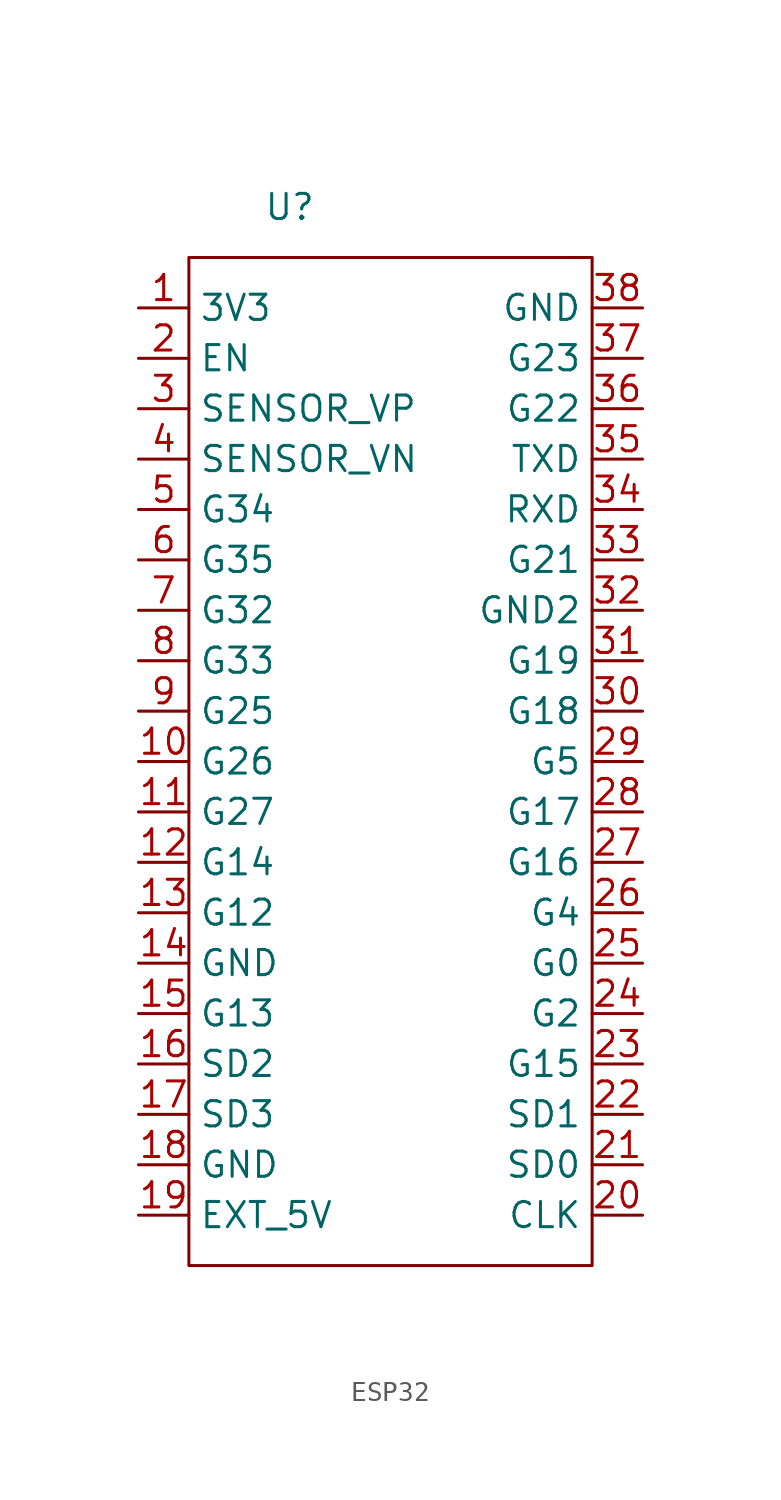
<source format=kicad_sym>
(kicad_symbol_lib
  (version 20231120)
  (generator "kicad_symbol_editor")
  (generator_version "8.0")
  (symbol "ESP32"
    (property "Reference" "U"
      (at -5.08 2.54 0)
      (effects (font (size 1.27 1.27))))
    (property "Value" ""
      (at 0 0 0)
      (effects (font (size 1.27 1.27))))
    (symbol "ESP32_0_1"
      (rectangle (start -10.16 0) (end 10.16 -50.8) (stroke (width 0) (type default)) (fill (type none))))
    (symbol "ESP32_1_1"
      (pin passive line (at -12.7 -2.54 0) (length 2.54) (name "3V3" (effects (font (size 1.27 1.27)))) (number "1" (effects (font (size 1.27 1.27)))))
      (pin passive line (at -12.7 -25.4 0) (length 2.54) (name "G26" (effects (font (size 1.27 1.27)))) (number "10" (effects (font (size 1.27 1.27)))))
      (pin passive line (at -12.7 -27.94 0) (length 2.54) (name "G27" (effects (font (size 1.27 1.27)))) (number "11" (effects (font (size 1.27 1.27)))))
      (pin passive line (at -12.7 -30.48 0) (length 2.54) (name "G14" (effects (font (size 1.27 1.27)))) (number "12" (effects (font (size 1.27 1.27)))))
      (pin passive line (at -12.7 -33.02 0) (length 2.54) (name "G12" (effects (font (size 1.27 1.27)))) (number "13" (effects (font (size 1.27 1.27)))))
      (pin passive line (at -12.7 -35.56 0) (length 2.54) (name "GND" (effects (font (size 1.27 1.27)))) (number "14" (effects (font (size 1.27 1.27)))))
      (pin passive line (at -12.7 -38.1 0) (length 2.54) (name "G13" (effects (font (size 1.27 1.27)))) (number "15" (effects (font (size 1.27 1.27)))))
      (pin passive line (at -12.7 -40.64 0) (length 2.54) (name "SD2" (effects (font (size 1.27 1.27)))) (number "16" (effects (font (size 1.27 1.27)))))
      (pin passive line (at -12.7 -43.18 0) (length 2.54) (name "SD3" (effects (font (size 1.27 1.27)))) (number "17" (effects (font (size 1.27 1.27)))))
      (pin passive line (at -12.7 -45.72 0) (length 2.54) (name "GND" (effects (font (size 1.27 1.27)))) (number "18" (effects (font (size 1.27 1.27)))))
      (pin passive line (at -12.7 -48.26 0) (length 2.54) (name "EXT_5V" (effects (font (size 1.27 1.27)))) (number "19" (effects (font (size 1.27 1.27)))))
      (pin passive line (at -12.7 -5.08 0) (length 2.54) (name "EN" (effects (font (size 1.27 1.27)))) (number "2" (effects (font (size 1.27 1.27)))))
      (pin passive line (at 12.7 -48.26 180) (length 2.54) (name "CLK" (effects (font (size 1.27 1.27)))) (number "20" (effects (font (size 1.27 1.27)))))
      (pin passive line (at 12.7 -45.72 180) (length 2.54) (name "SD0" (effects (font (size 1.27 1.27)))) (number "21" (effects (font (size 1.27 1.27)))))
      (pin passive line (at 12.7 -43.18 180) (length 2.54) (name "SD1" (effects (font (size 1.27 1.27)))) (number "22" (effects (font (size 1.27 1.27)))))
      (pin passive line (at 12.7 -40.64 180) (length 2.54) (name "G15" (effects (font (size 1.27 1.27)))) (number "23" (effects (font (size 1.27 1.27)))))
      (pin passive line (at 12.7 -38.1 180) (length 2.54) (name "G2" (effects (font (size 1.27 1.27)))) (number "24" (effects (font (size 1.27 1.27)))))
      (pin passive line (at 12.7 -35.56 180) (length 2.54) (name "G0" (effects (font (size 1.27 1.27)))) (number "25" (effects (font (size 1.27 1.27)))))
      (pin passive line (at 12.7 -33.02 180) (length 2.54) (name "G4" (effects (font (size 1.27 1.27)))) (number "26" (effects (font (size 1.27 1.27)))))
      (pin passive line (at 12.7 -30.48 180) (length 2.54) (name "G16" (effects (font (size 1.27 1.27)))) (number "27" (effects (font (size 1.27 1.27)))))
      (pin passive line (at 12.7 -27.94 180) (length 2.54) (name "G17" (effects (font (size 1.27 1.27)))) (number "28" (effects (font (size 1.27 1.27)))))
      (pin passive line (at 12.7 -25.4 180) (length 2.54) (name "G5" (effects (font (size 1.27 1.27)))) (number "29" (effects (font (size 1.27 1.27)))))
      (pin passive line (at -12.7 -7.62 0) (length 2.54) (name "SENSOR_VP" (effects (font (size 1.27 1.27)))) (number "3" (effects (font (size 1.27 1.27)))))
      (pin passive line (at 12.7 -22.86 180) (length 2.54) (name "G18" (effects (font (size 1.27 1.27)))) (number "30" (effects (font (size 1.27 1.27)))))
      (pin passive line (at 12.7 -20.32 180) (length 2.54) (name "G19" (effects (font (size 1.27 1.27)))) (number "31" (effects (font (size 1.27 1.27)))))
      (pin passive line (at 12.7 -17.78 180) (length 2.54) (name "GND2" (effects (font (size 1.27 1.27)))) (number "32" (effects (font (size 1.27 1.27)))))
      (pin passive line (at 12.7 -15.24 180) (length 2.54) (name "G21" (effects (font (size 1.27 1.27)))) (number "33" (effects (font (size 1.27 1.27)))))
      (pin passive line (at 12.7 -12.7 180) (length 2.54) (name "RXD" (effects (font (size 1.27 1.27)))) (number "34" (effects (font (size 1.27 1.27)))))
      (pin passive line (at 12.7 -10.16 180) (length 2.54) (name "TXD" (effects (font (size 1.27 1.27)))) (number "35" (effects (font (size 1.27 1.27)))))
      (pin passive line (at 12.7 -7.62 180) (length 2.54) (name "G22" (effects (font (size 1.27 1.27)))) (number "36" (effects (font (size 1.27 1.27)))))
      (pin passive line (at 12.7 -5.08 180) (length 2.54) (name "G23" (effects (font (size 1.27 1.27)))) (number "37" (effects (font (size 1.27 1.27)))))
      (pin passive line (at 12.7 -2.54 180) (length 2.54) (name "GND" (effects (font (size 1.27 1.27)))) (number "38" (effects (font (size 1.27 1.27)))))
      (pin passive line (at -12.7 -10.16 0) (length 2.54) (name "SENSOR_VN" (effects (font (size 1.27 1.27)))) (number "4" (effects (font (size 1.27 1.27)))))
      (pin passive line (at -12.7 -12.7 0) (length 2.54) (name "G34" (effects (font (size 1.27 1.27)))) (number "5" (effects (font (size 1.27 1.27)))))
      (pin passive line (at -12.7 -15.24 0) (length 2.54) (name "G35" (effects (font (size 1.27 1.27)))) (number "6" (effects (font (size 1.27 1.27)))))
      (pin passive line (at -12.7 -17.78 0) (length 2.54) (name "G32" (effects (font (size 1.27 1.27)))) (number "7" (effects (font (size 1.27 1.27)))))
      (pin passive line (at -12.7 -20.32 0) (length 2.54) (name "G33" (effects (font (size 1.27 1.27)))) (number "8" (effects (font (size 1.27 1.27)))))
      (pin passive line (at -12.7 -22.86 0) (length 2.54) (name "G25" (effects (font (size 1.27 1.27)))) (number "9" (effects (font (size 1.27 1.27))))))))
</source>
